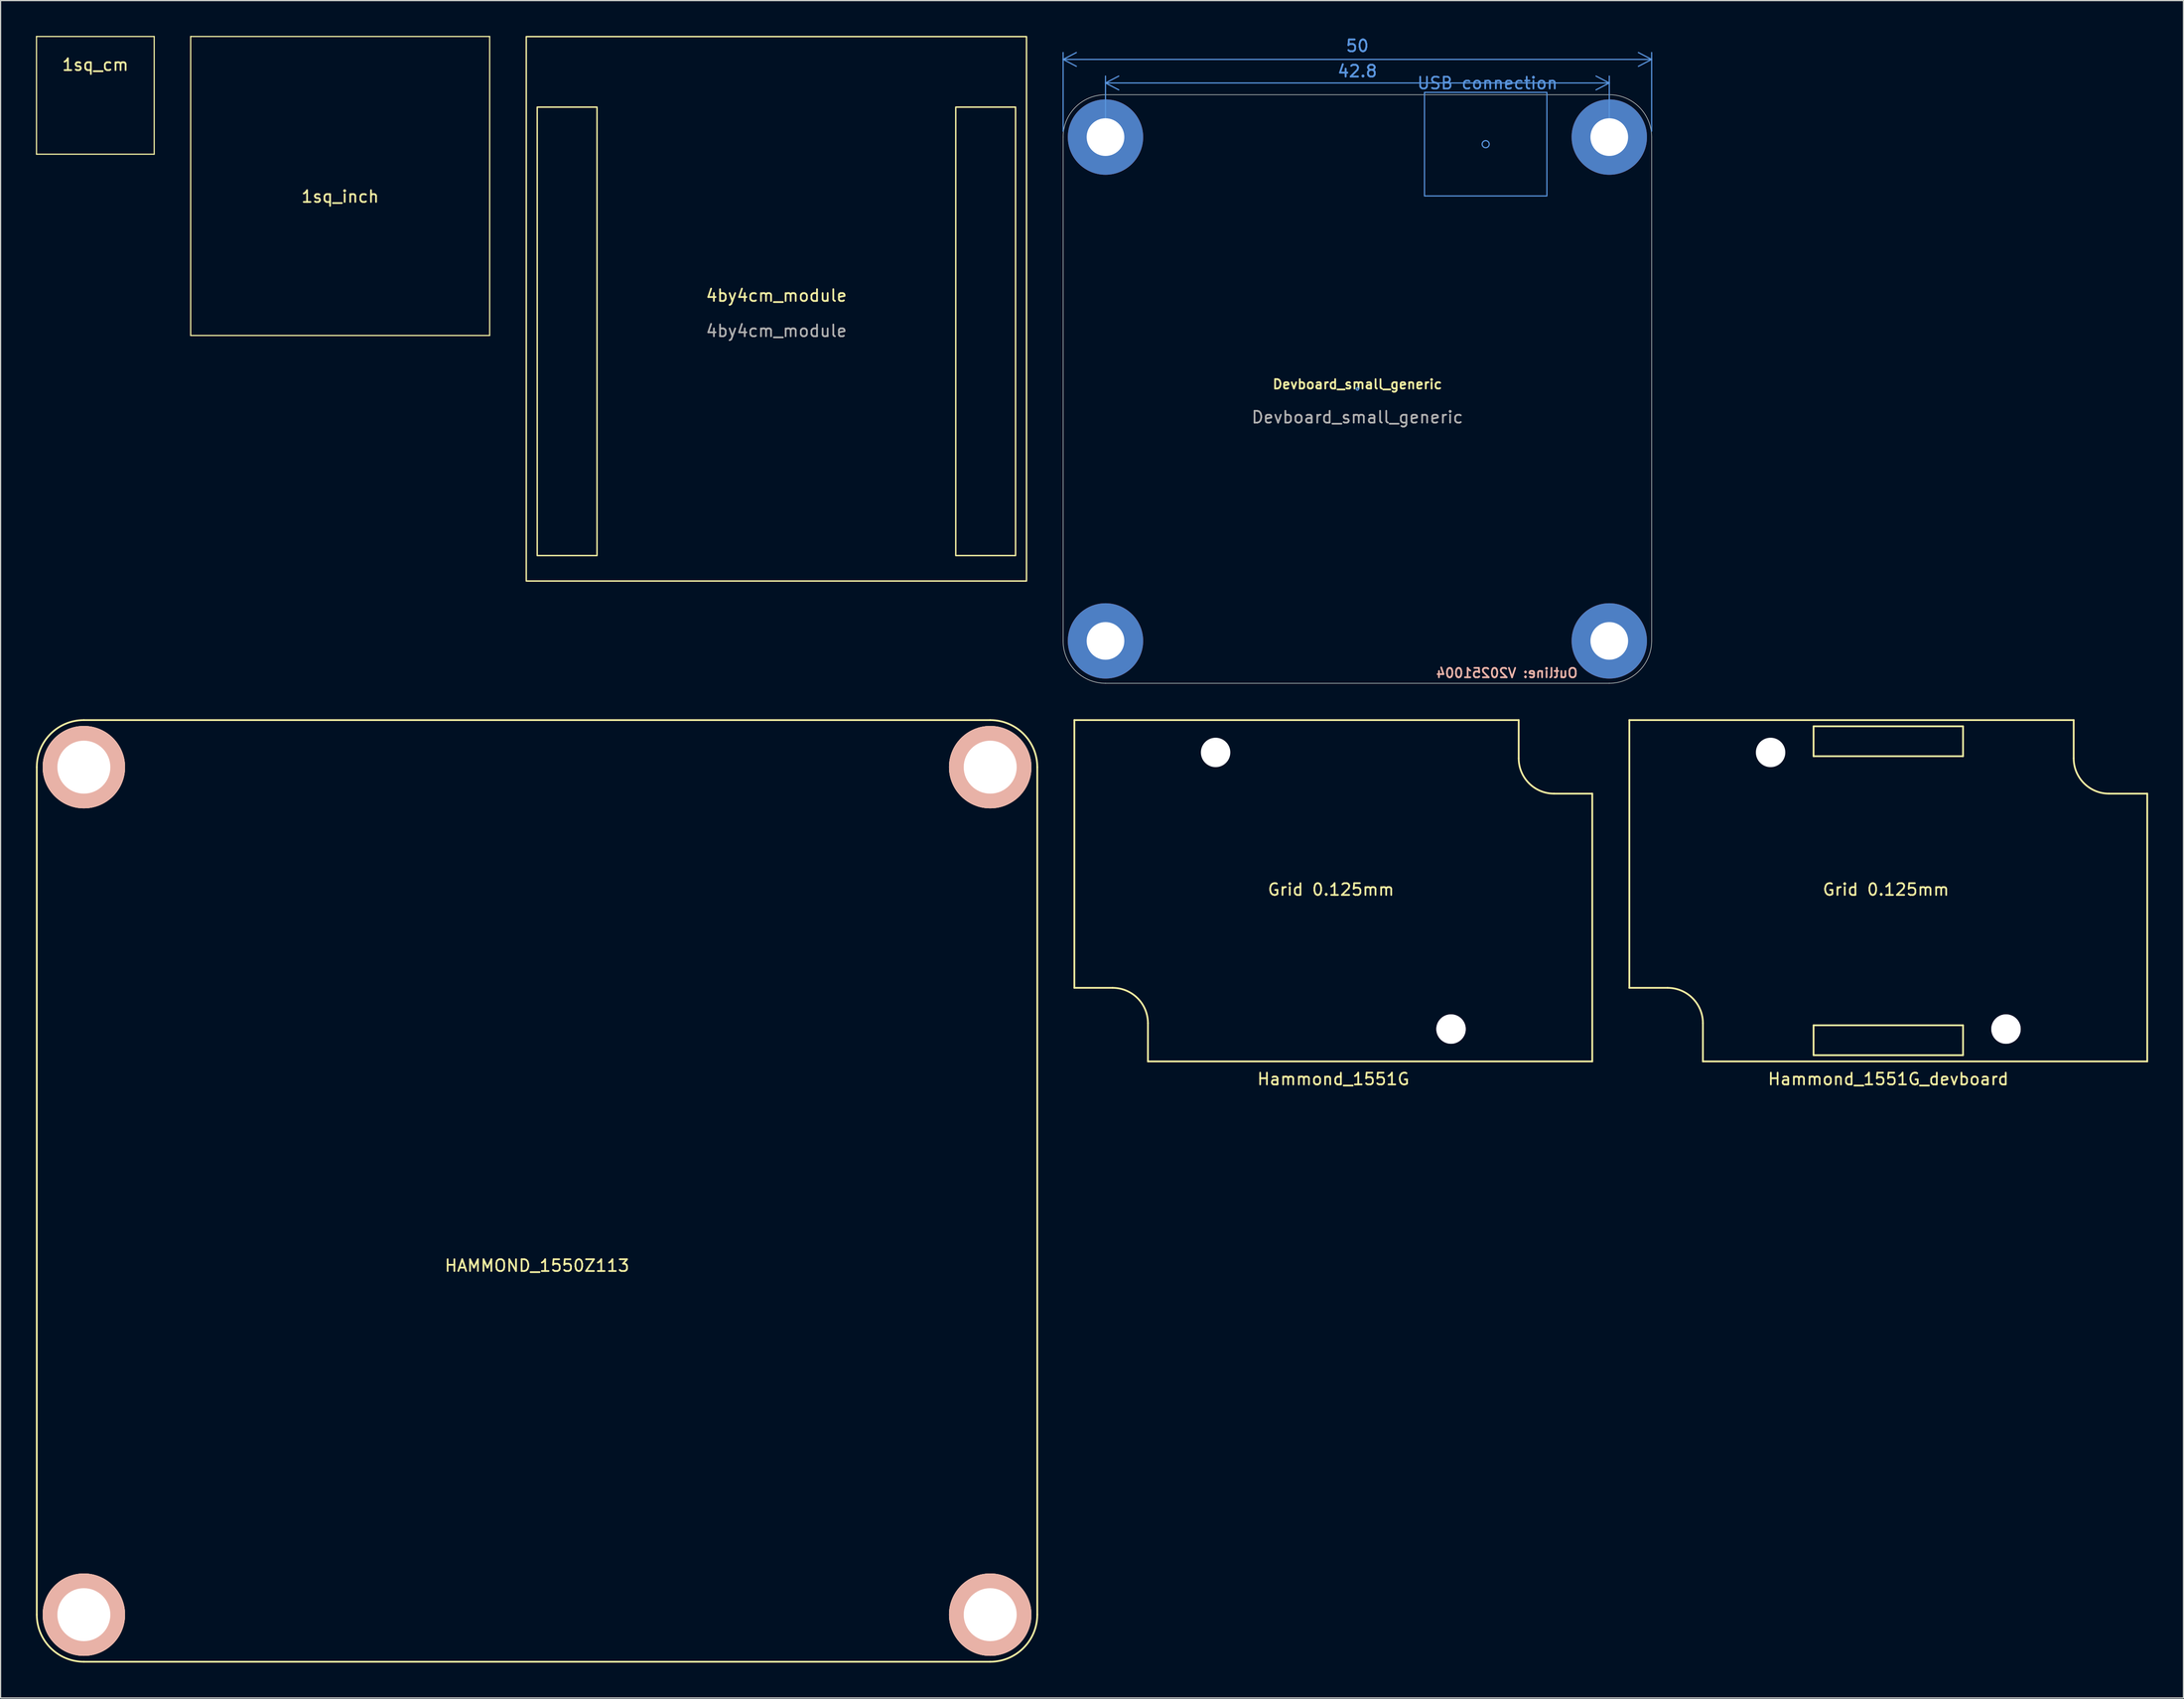
<source format=kicad_pcb>
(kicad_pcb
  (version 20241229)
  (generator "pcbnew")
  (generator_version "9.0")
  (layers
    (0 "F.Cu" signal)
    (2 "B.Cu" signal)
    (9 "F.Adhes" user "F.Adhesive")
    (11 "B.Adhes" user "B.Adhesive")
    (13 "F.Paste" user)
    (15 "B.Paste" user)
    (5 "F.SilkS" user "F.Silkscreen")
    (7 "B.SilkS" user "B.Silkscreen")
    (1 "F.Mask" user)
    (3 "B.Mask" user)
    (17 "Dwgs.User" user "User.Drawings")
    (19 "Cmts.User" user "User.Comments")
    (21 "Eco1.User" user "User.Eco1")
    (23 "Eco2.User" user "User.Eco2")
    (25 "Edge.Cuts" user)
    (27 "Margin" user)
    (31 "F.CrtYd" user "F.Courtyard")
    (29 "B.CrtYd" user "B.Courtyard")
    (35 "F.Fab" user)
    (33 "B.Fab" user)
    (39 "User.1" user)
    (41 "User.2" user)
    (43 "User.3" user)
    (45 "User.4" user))
  (footprint "1sq_cm"
    (layer "F.Cu")
    (at 5.05 5.05)
    (property "Reference" "1sq_cm" (at 0 -2.6 0) (layer "F.SilkS") (effects (font (size 1 1) (thickness 0.15))))
    (attr through_hole)
    (fp_line (start -5 -5) (end 5 -5) (stroke (width 0.1) (type solid)) (layer "F.SilkS"))
    (fp_line (start -5 5) (end -5 -5) (stroke (width 0.1) (type solid)) (layer "F.SilkS"))
    (fp_line (start 5 -5) (end 5 5) (stroke (width 0.1) (type solid)) (layer "F.SilkS"))
    (fp_line (start 5 5) (end -5 5) (stroke (width 0.1) (type solid)) (layer "F.SilkS")))
  (footprint "Devboard_small_generic"
    (layer "F.Cu")
    (at 112.27 29.998)
    (property "Reference" "Devboard_small_generic" (at 0 -0.4 0) (unlocked yes) (layer "F.SilkS") (effects (font (size 0.8 0.8) (thickness 0.15))))
    (fp_rect (start 5.7 -25.2) (end 16.1 -16.4) (stroke (width 0.1) (type solid)) (fill no) (layer "Cmts.User"))
    (fp_circle (center 0 0) (end 0.1 0) (stroke (width 0.1) (type default)) (fill no) (layer "Cmts.User"))
    (fp_circle (center 10.9 -20.8) (end 11.2 -20.8) (stroke (width 0.1) (type default)) (fill no) (layer "Cmts.User"))
    (fp_line (start -25 21.4) (end -25 -21.4) (stroke (width 0.05) (type solid)) (layer "Edge.Cuts"))
    (fp_line (start -21.4 -25) (end 21.4 -25) (stroke (width 0.05) (type solid)) (layer "Edge.Cuts"))
    (fp_line (start 21.4 25) (end -21.4 25) (stroke (width 0.05) (type solid)) (layer "Edge.Cuts"))
    (fp_line (start 25 -21.4) (end 25 21.4) (stroke (width 0.05) (type solid)) (layer "Edge.Cuts"))
    (fp_arc (start -25 -21.4) (mid -23.945584 -23.945584) (end -21.4 -25) (stroke (width 0.05) (type solid)) (layer "Edge.Cuts"))
    (fp_arc (start -21.4 25) (mid -23.945584 23.945584) (end -25 21.4) (stroke (width 0.05) (type solid)) (layer "Edge.Cuts"))
    (fp_arc (start 21.4 -25) (mid 23.945584 -23.945584) (end 25 -21.4) (stroke (width 0.05) (type solid)) (layer "Edge.Cuts"))
    (fp_arc (start 25 21.4) (mid 23.945584 23.945584) (end 21.4 25) (stroke (width 0.05) (type solid)) (layer "Edge.Cuts"))
    (fp_text user "Outline: V20251004" (at 12.7 24.13 0) (unlocked yes) (layer "B.SilkS") (effects (font (size 0.8 0.8) (thickness 0.15) (bold yes)) (justify mirror)))
    (fp_text user "USB connection" (at 5 -25.4 0) (unlocked yes) (layer "Cmts.User") (effects (font (size 1 1) (thickness 0.15)) (justify left bottom)))
    (fp_text user "${REFERENCE}" (at 0 2.4 0) (unlocked yes) (layer "F.Fab") (effects (font (size 1 1) (thickness 0.15))))
    (dimension (type orthogonal) (layer "Cmts.User") (pts (xy 87.27 8.598) (xy 137.27 8.598)) (height -6.6) (orientation 0) (format (prefix "") (suffix "") (units 3) (units_format 0) (precision 4) (suppress_zeroes yes)) (style (thickness 0.1) (arrow_length 1.27) (text_position_mode 0) (arrow_direction outward) (extension_height 0.586) (extension_offset 0.5) (keep_text_aligned yes)) (gr_text "50" (at 112.27 0.848 0) (layer "Cmts.User") (effects (font (size 1 1) (thickness 0.15)))))
    (dimension (type orthogonal) (layer "Cmts.User") (pts (xy 90.87 8.598) (xy 133.67 8.598)) (height -4.6) (orientation 0) (format (prefix "") (suffix "") (units 3) (units_format 0) (precision 4) (suppress_zeroes yes)) (style (thickness 0.1) (arrow_length 1.27) (text_position_mode 2) (arrow_direction outward) (extension_height 0.586) (extension_offset 0.5) (keep_text_aligned yes)) (gr_text "42.8" (at 112.27 2.998 0) (layer "Cmts.User") (effects (font (size 1 1) (thickness 0.15)))))
    (dimension (type orthogonal) (layer "User.2") (pts (xy 133.67 4.998) (xy 133.67 54.998)) (height 6.6) (orientation 1) (format (prefix "") (suffix "") (units 3) (units_format 0) (precision 4) (suppress_zeroes yes)) (style (thickness 0.1) (arrow_length 1.27) (text_position_mode 2) (arrow_direction outward) (extension_height 0.586) (extension_offset 0.5) (keep_text_aligned yes)) (gr_text "50" (at 141.27 29.998 90) (layer "User.2") (effects (font (size 1 1) (thickness 0.15)))))
    (dimension (type orthogonal) (layer "User.2") (pts (xy 133.67 8.598) (xy 133.67 51.398)) (height 4.6) (orientation 1) (format (prefix "") (suffix "") (units 3) (units_format 0) (precision 4) (suppress_zeroes yes)) (style (thickness 0.1) (arrow_length 1.27) (text_position_mode 2) (arrow_direction outward) (extension_height 0.586) (extension_offset 0.5) (keep_text_aligned yes)) (gr_text "42.8" (at 139.27 29.998 90) (layer "User.2") (effects (font (size 1 1) (thickness 0.15)))))
    (pad "M1" thru_hole circle (at -21.4 -21.4) (size 6.4 6.4) (drill 3.2) (layers "*.Cu" "*.Mask"))
    (pad "M2" thru_hole circle (at -21.4 21.4) (size 6.4 6.4) (drill 3.2) (layers "*.Cu" "*.Mask"))
    (pad "M3" thru_hole circle (at 21.4 21.4) (size 6.4 6.4) (drill 3.2) (layers "*.Cu" "*.Mask"))
    (pad "M4" thru_hole circle (at 21.4 -21.4) (size 6.4 6.4) (drill 3.2) (layers "*.Cu" "*.Mask")))
  (footprint "4by4cm_module"
    (layer "F.Cu")
    (at 62.91 22.56)
    (property "Reference" "4by4cm_module" (at 0 -0.5 0) (unlocked yes) (layer "F.SilkS") (effects (font (size 1 1) (thickness 0.15))))
    (attr through_hole)
    (fp_rect (start -21.25 -22.5) (end 21.25 23.75) (stroke (width 0.12) (type solid)) (fill no) (layer "F.SilkS"))
    (fp_rect (start -20.32 -16.51) (end -15.24 21.59) (stroke (width 0.12) (type solid)) (fill no) (layer "F.SilkS"))
    (fp_rect (start 20.32 -16.51) (end 15.24 21.59) (stroke (width 0.12) (type solid)) (fill no) (layer "F.SilkS"))
    (fp_text user "${REFERENCE}" (at 0 2.5 0) (unlocked yes) (layer "F.Fab") (effects (font (size 1 1) (thickness 0.15)))))
  (footprint "1sq_inch"
    (layer "F.Cu")
    (at 25.85 12.75)
    (property "Reference" "1sq_inch" (at 0 0.9 0) (layer "F.SilkS") (effects (font (size 1 1) (thickness 0.15))))
    (attr through_hole)
    (fp_line (start -12.7 -12.7) (end 12.7 -12.7) (stroke (width 0.1) (type solid)) (layer "F.SilkS"))
    (fp_line (start -12.7 12.7) (end -12.7 -12.7) (stroke (width 0.1) (type solid)) (layer "F.SilkS"))
    (fp_line (start 12.7 -12.7) (end 12.7 12.7) (stroke (width 0.1) (type solid)) (layer "F.SilkS"))
    (fp_line (start 12.7 12.7) (end -12.7 12.7) (stroke (width 0.1) (type solid)) (layer "F.SilkS")))
  (footprint "Hammond_1551G"
    (layer "F.Cu")
    (at 110.225 72.623)
    (property "Reference" "Hammond_1551G" (at 0 16 0) (layer "F.SilkS") (effects (font (size 1 1) (thickness 0.15))))
    (attr through_hole)
    (fp_line (start -22 -14.5) (end -22 8.25) (stroke (width 0.15) (type solid)) (layer "F.SilkS"))
    (fp_line (start -22 8.25) (end -18.75 8.25) (stroke (width 0.15) (type solid)) (layer "F.SilkS"))
    (fp_line (start -15.75 11.25) (end -15.75 14.5) (stroke (width 0.15) (type solid)) (layer "F.SilkS"))
    (fp_line (start -15.75 14.5) (end 22 14.5) (stroke (width 0.15) (type solid)) (layer "F.SilkS"))
    (fp_line (start 15.75 -14.5) (end -22 -14.5) (stroke (width 0.15) (type solid)) (layer "F.SilkS"))
    (fp_line (start 15.75 -14.5) (end 15.75 -11.25) (stroke (width 0.15) (type solid)) (layer "F.SilkS"))
    (fp_line (start 22 -8.25) (end 18.75 -8.25) (stroke (width 0.15) (type solid)) (layer "F.SilkS"))
    (fp_line (start 22 -8.25) (end 22 14.5) (stroke (width 0.15) (type solid)) (layer "F.SilkS"))
    (fp_arc (start -18.75 8.25) (mid -16.62868 9.12868) (end -15.75 11.25) (stroke (width 0.15) (type solid)) (layer "F.SilkS"))
    (fp_arc (start 18.75 -8.25) (mid 16.62868 -9.12868) (end 15.75 -11.25) (stroke (width 0.15) (type solid)) (layer "F.SilkS"))
    (fp_text user "Grid 0.125mm" (at -0.2 -0.1 0) (layer "F.SilkS") (effects (font (size 1 1) (thickness 0.15))))
    (pad "" np_thru_hole circle (at -10 -11.75) (size 2.5 2.5) (drill 2.5) (layers "*.Cu" "*.Mask"))
    (pad "2" thru_hole circle (at 10 11.75) (size 2.5 2.5) (drill 2.5) (layers "*.Cu" "*.Mask")))
  (footprint "Hammond_1551G_devboard"
    (layer "F.Cu")
    (at 157.375 72.623)
    (property "Reference" "Hammond_1551G_devboard" (at 0 16 0) (layer "F.SilkS") (effects (font (size 1 1) (thickness 0.15))))
    (attr through_hole)
    (fp_line (start -22 -14.5) (end -22 8.25) (stroke (width 0.15) (type solid)) (layer "F.SilkS"))
    (fp_line (start -22 8.25) (end -18.75 8.25) (stroke (width 0.15) (type solid)) (layer "F.SilkS"))
    (fp_line (start -15.75 11.25) (end -15.75 14.5) (stroke (width 0.15) (type solid)) (layer "F.SilkS"))
    (fp_line (start -15.75 14.5) (end 22 14.5) (stroke (width 0.15) (type solid)) (layer "F.SilkS"))
    (fp_line (start -6.35 -13.97) (end 6.35 -13.97) (stroke (width 0.15) (type solid)) (layer "F.SilkS"))
    (fp_line (start -6.35 -11.43) (end -6.35 -13.97) (stroke (width 0.15) (type solid)) (layer "F.SilkS"))
    (fp_line (start -6.35 11.43) (end -6.35 13.97) (stroke (width 0.15) (type solid)) (layer "F.SilkS"))
    (fp_line (start -6.35 13.97) (end 6.35 13.97) (stroke (width 0.15) (type solid)) (layer "F.SilkS"))
    (fp_line (start 6.35 -13.97) (end 6.35 -11.43) (stroke (width 0.15) (type solid)) (layer "F.SilkS"))
    (fp_line (start 6.35 -11.43) (end -6.35 -11.43) (stroke (width 0.15) (type solid)) (layer "F.SilkS"))
    (fp_line (start 6.35 11.43) (end -6.35 11.43) (stroke (width 0.15) (type solid)) (layer "F.SilkS"))
    (fp_line (start 6.35 13.97) (end 6.35 11.43) (stroke (width 0.15) (type solid)) (layer "F.SilkS"))
    (fp_line (start 15.75 -14.5) (end -22 -14.5) (stroke (width 0.15) (type solid)) (layer "F.SilkS"))
    (fp_line (start 15.75 -14.5) (end 15.75 -11.25) (stroke (width 0.15) (type solid)) (layer "F.SilkS"))
    (fp_line (start 22 -8.25) (end 18.75 -8.25) (stroke (width 0.15) (type solid)) (layer "F.SilkS"))
    (fp_line (start 22 -8.25) (end 22 14.5) (stroke (width 0.15) (type solid)) (layer "F.SilkS"))
    (fp_arc (start -18.75 8.25) (mid -16.62868 9.12868) (end -15.75 11.25) (stroke (width 0.15) (type solid)) (layer "F.SilkS"))
    (fp_arc (start 18.75 -8.25) (mid 16.62868 -9.12868) (end 15.75 -11.25) (stroke (width 0.15) (type solid)) (layer "F.SilkS"))
    (fp_text user "Grid 0.125mm" (at -0.2 -0.1 0) (layer "F.SilkS") (effects (font (size 1 1) (thickness 0.15))))
    (pad "" np_thru_hole circle (at -10 -11.75) (size 2.5 2.5) (drill 2.5) (layers "*.Cu" "*.Mask"))
    (pad "2" thru_hole circle (at 10 11.75) (size 2.5 2.5) (drill 2.5) (layers "*.Cu" "*.Mask")))
  (footprint "HAMMOND_1550Z113"
    (layer "F.Cu")
    (at 42.575 98.123)
    (property "Reference" "HAMMOND_1550Z113" (at 0 6.35 0) (layer "F.SilkS") (effects (font (size 1 1) (thickness 0.15))))
    (attr through_hole)
    (fp_line (start -42.5 36) (end -42.5 -36) (stroke (width 0.15) (type solid)) (layer "F.SilkS"))
    (fp_line (start -38.5 -40) (end 38.5 -40) (stroke (width 0.15) (type solid)) (layer "F.SilkS"))
    (fp_line (start 38.5 40) (end -38.5 40) (stroke (width 0.15) (type solid)) (layer "F.SilkS"))
    (fp_line (start 42.5 -36) (end 42.5 36) (stroke (width 0.15) (type solid)) (layer "F.SilkS"))
    (fp_arc (start -42.5 -36) (mid -41.328427 -38.828427) (end -38.5 -40) (stroke (width 0.15) (type solid)) (layer "F.SilkS"))
    (fp_arc (start -38.5 40) (mid -41.328427 38.828427) (end -42.5 36) (stroke (width 0.15) (type solid)) (layer "F.SilkS"))
    (fp_arc (start 38.5 -40) (mid 41.328427 -38.828427) (end 42.5 -36) (stroke (width 0.15) (type solid)) (layer "F.SilkS"))
    (fp_arc (start 42.5 36) (mid 41.328427 38.828427) (end 38.5 40) (stroke (width 0.15) (type solid)) (layer "F.SilkS"))
    (pad "case" thru_hole circle (at -38.5 -36) (size 7 7) (drill 4.5) (layers "*.Cu" "*.SilkS"))
    (pad "case" thru_hole circle (at -38.5 36) (size 7 7) (drill 4.5) (layers "*.Cu" "*.SilkS"))
    (pad "case" thru_hole circle (at 38.5 -36) (size 7 7) (drill 4.5) (layers "*.Cu" "*.SilkS"))
    (pad "case" thru_hole circle (at 38.5 36) (size 7 7) (drill 4.5) (layers "*.Cu" "*.SilkS")))
  (gr_rect
    (start -3 -3)
    (end 182.45 141.198)
    (stroke (width 0.1) (type default))
    (fill no)
    (layer "Edge.Cuts")))
</source>
